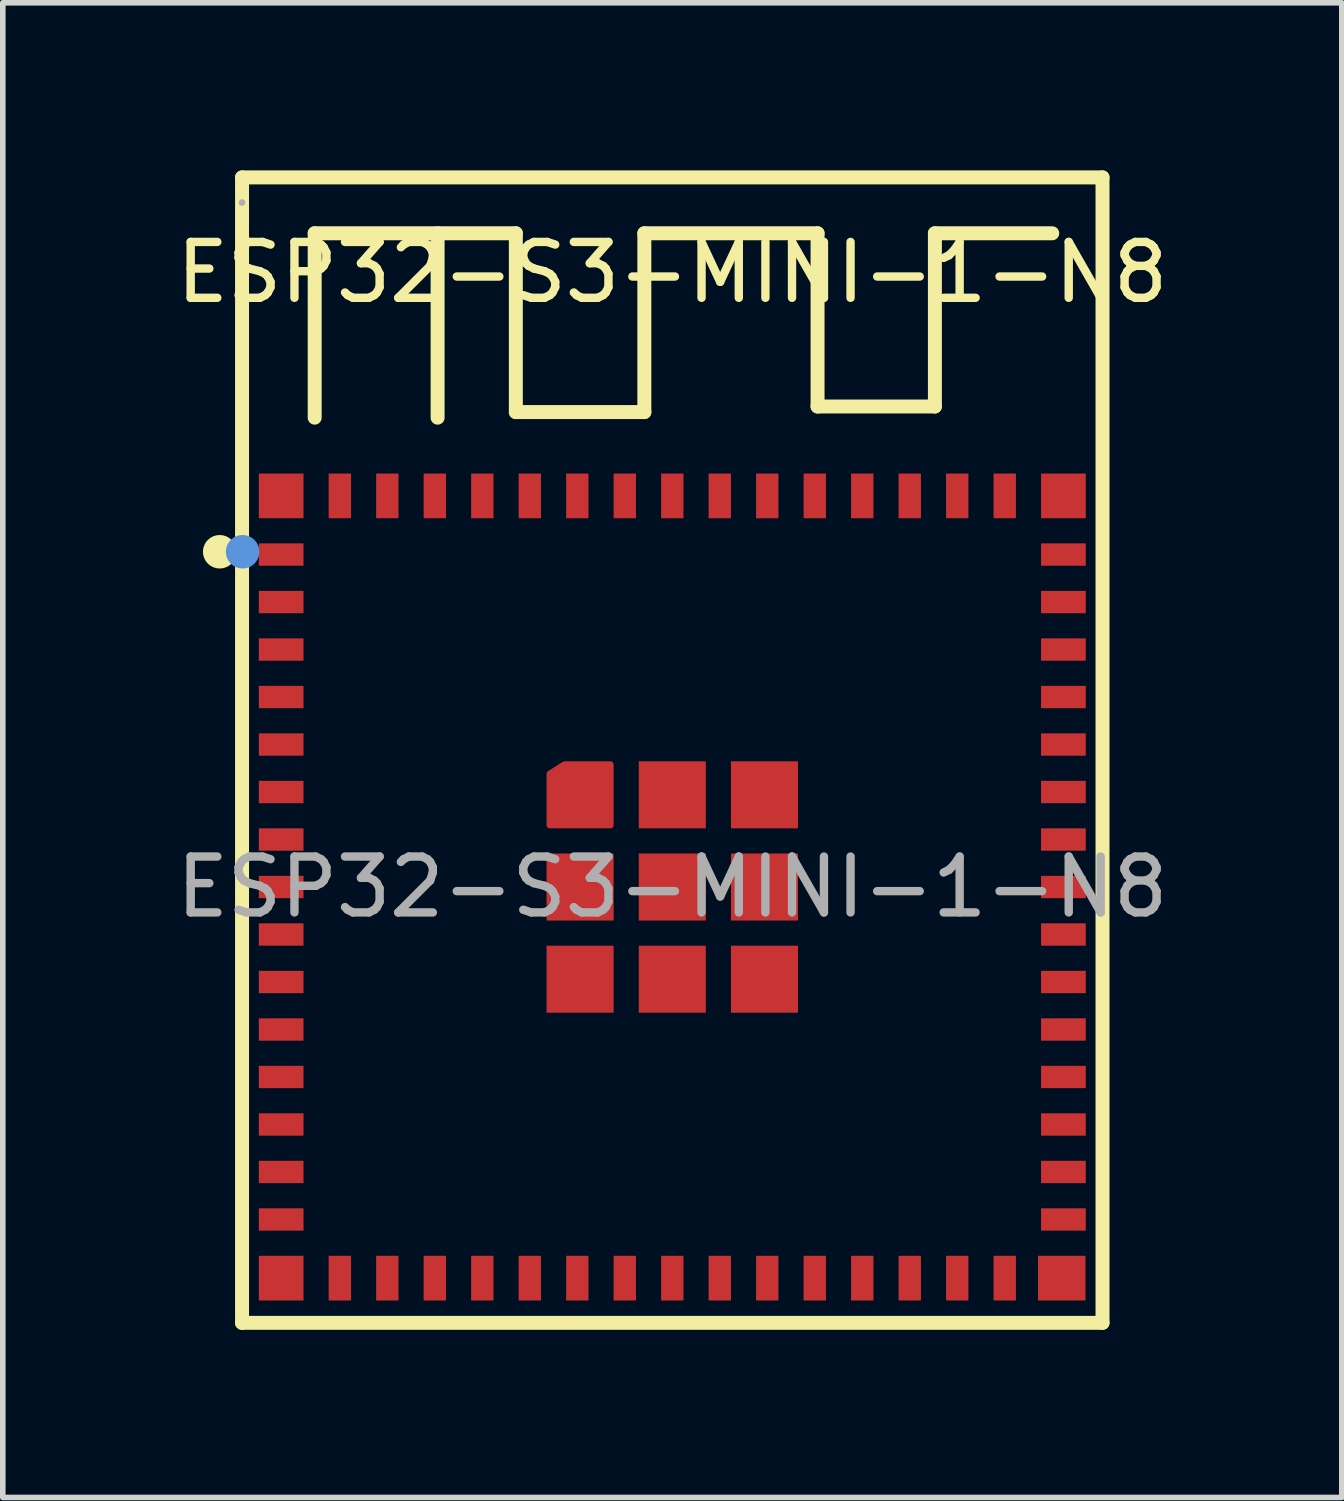
<source format=kicad_pcb>
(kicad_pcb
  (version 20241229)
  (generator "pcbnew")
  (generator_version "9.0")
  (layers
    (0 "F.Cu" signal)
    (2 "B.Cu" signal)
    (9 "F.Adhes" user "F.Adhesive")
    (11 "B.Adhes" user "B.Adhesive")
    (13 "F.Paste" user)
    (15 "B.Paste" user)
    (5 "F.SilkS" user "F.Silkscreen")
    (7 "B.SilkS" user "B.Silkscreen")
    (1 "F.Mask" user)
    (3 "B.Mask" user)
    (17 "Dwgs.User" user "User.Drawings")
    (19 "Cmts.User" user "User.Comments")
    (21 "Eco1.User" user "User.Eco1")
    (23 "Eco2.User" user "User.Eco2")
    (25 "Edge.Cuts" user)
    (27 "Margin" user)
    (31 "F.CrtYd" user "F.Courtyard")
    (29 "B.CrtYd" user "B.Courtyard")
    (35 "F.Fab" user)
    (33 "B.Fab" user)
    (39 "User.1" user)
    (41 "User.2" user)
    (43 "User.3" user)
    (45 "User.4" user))
  (footprint "ESP32-S3-MINI-1-N8"
    (layer "F.Cu")
    (at 8.982 12.825)
    (property "Reference" "ESP32-S3-MINI-1-N8" (at 0 -11 0) (layer "F.SilkS") (effects (font (size 1 1) (thickness 0.15))))
    (attr smd)
    (fp_line (start -7.7 -12.7) (end -7.7 7.8) (stroke (width 0.25) (type solid)) (layer "F.SilkS"))
    (fp_line (start -7.7 7.8) (end 7.7 7.8) (stroke (width 0.25) (type solid)) (layer "F.SilkS"))
    (fp_line (start -6.4 -11.7) (end -2.8 -11.7) (stroke (width 0.25) (type solid)) (layer "F.SilkS"))
    (fp_line (start -6.4 -8.4) (end -6.4 -11.7) (stroke (width 0.25) (type solid)) (layer "F.SilkS"))
    (fp_line (start -4.2 -11.7) (end -4.2 -8.4) (stroke (width 0.25) (type solid)) (layer "F.SilkS"))
    (fp_line (start -2.8 -11.7) (end -2.8 -8.5) (stroke (width 0.25) (type solid)) (layer "F.SilkS"))
    (fp_line (start -2.8 -8.5) (end -0.5 -8.5) (stroke (width 0.25) (type solid)) (layer "F.SilkS"))
    (fp_line (start -0.5 -11.7) (end 2.6 -11.7) (stroke (width 0.25) (type solid)) (layer "F.SilkS"))
    (fp_line (start -0.5 -8.5) (end -0.5 -11.7) (stroke (width 0.25) (type solid)) (layer "F.SilkS"))
    (fp_line (start 2.6 -11.7) (end 2.6 -8.6) (stroke (width 0.25) (type solid)) (layer "F.SilkS"))
    (fp_line (start 2.6 -8.6) (end 4.7 -8.6) (stroke (width 0.25) (type solid)) (layer "F.SilkS"))
    (fp_line (start 4.7 -11.7) (end 6.8 -11.7) (stroke (width 0.25) (type solid)) (layer "F.SilkS"))
    (fp_line (start 4.7 -8.6) (end 4.7 -11.7) (stroke (width 0.25) (type solid)) (layer "F.SilkS"))
    (fp_line (start 7.7 -12.7) (end -7.7 -12.7) (stroke (width 0.25) (type solid)) (layer "F.SilkS"))
    (fp_line (start 7.7 7.8) (end 7.7 -12.7) (stroke (width 0.25) (type solid)) (layer "F.SilkS"))
    (fp_circle (center -8.1 -6) (end -7.95 -6) (stroke (width 0.3) (type solid)) (fill no) (layer "F.SilkS"))
    (fp_circle (center -7.69 -6) (end -7.54 -6) (stroke (width 0.3) (type solid)) (fill no) (layer "Cmts.User"))
    (fp_circle (center -7.7 -12.25) (end -7.67 -12.25) (stroke (width 0.06) (type solid)) (fill no) (layer "F.Fab"))
    (fp_text user "${REFERENCE}" (at 0 0 0) (layer "F.Fab") (effects (font (size 1 1) (thickness 0.15))))
    (pad "1" smd rect (at -7 -5.95 90) (size 0.4 0.8) (layers "F.Cu" "F.Mask" "F.Paste"))
    (pad "2" smd rect (at -7 -5.1 90) (size 0.4 0.8) (layers "F.Cu" "F.Mask" "F.Paste"))
    (pad "3" smd rect (at -7 -4.25 90) (size 0.4 0.8) (layers "F.Cu" "F.Mask" "F.Paste"))
    (pad "4" smd rect (at -7 -3.4 90) (size 0.4 0.8) (layers "F.Cu" "F.Mask" "F.Paste"))
    (pad "5" smd rect (at -7 -2.55 90) (size 0.4 0.8) (layers "F.Cu" "F.Mask" "F.Paste"))
    (pad "6" smd rect (at -7 -1.7 90) (size 0.4 0.8) (layers "F.Cu" "F.Mask" "F.Paste"))
    (pad "7" smd rect (at -7 -0.85 90) (size 0.4 0.8) (layers "F.Cu" "F.Mask" "F.Paste"))
    (pad "8" smd rect (at -7 0 90) (size 0.4 0.8) (layers "F.Cu" "F.Mask" "F.Paste"))
    (pad "9" smd rect (at -7 0.85 90) (size 0.4 0.8) (layers "F.Cu" "F.Mask" "F.Paste"))
    (pad "10" smd rect (at -7 1.7 90) (size 0.4 0.8) (layers "F.Cu" "F.Mask" "F.Paste"))
    (pad "11" smd rect (at -7 2.55 90) (size 0.4 0.8) (layers "F.Cu" "F.Mask" "F.Paste"))
    (pad "12" smd rect (at -7 3.4 90) (size 0.4 0.8) (layers "F.Cu" "F.Mask" "F.Paste"))
    (pad "13" smd rect (at -7 4.25 90) (size 0.4 0.8) (layers "F.Cu" "F.Mask" "F.Paste"))
    (pad "14" smd rect (at -7 5.1 90) (size 0.4 0.8) (layers "F.Cu" "F.Mask" "F.Paste"))
    (pad "15" smd rect (at -7 5.95 90) (size 0.4 0.8) (layers "F.Cu" "F.Mask" "F.Paste"))
    (pad "16" smd rect (at -5.95 7) (size 0.4 0.8) (layers "F.Cu" "F.Mask" "F.Paste"))
    (pad "17" smd rect (at -5.1 7) (size 0.4 0.8) (layers "F.Cu" "F.Mask" "F.Paste"))
    (pad "18" smd rect (at -4.25 7) (size 0.4 0.8) (layers "F.Cu" "F.Mask" "F.Paste"))
    (pad "19" smd rect (at -3.4 7) (size 0.4 0.8) (layers "F.Cu" "F.Mask" "F.Paste"))
    (pad "20" smd rect (at -2.55 7) (size 0.4 0.8) (layers "F.Cu" "F.Mask" "F.Paste"))
    (pad "21" smd rect (at -1.7 7) (size 0.4 0.8) (layers "F.Cu" "F.Mask" "F.Paste"))
    (pad "22" smd rect (at -0.85 7) (size 0.4 0.8) (layers "F.Cu" "F.Mask" "F.Paste"))
    (pad "23" smd rect (at 0 7) (size 0.4 0.8) (layers "F.Cu" "F.Mask" "F.Paste"))
    (pad "24" smd rect (at 0.85 7) (size 0.4 0.8) (layers "F.Cu" "F.Mask" "F.Paste"))
    (pad "25" smd rect (at 1.7 7) (size 0.4 0.8) (layers "F.Cu" "F.Mask" "F.Paste"))
    (pad "26" smd rect (at 2.55 7) (size 0.4 0.8) (layers "F.Cu" "F.Mask" "F.Paste"))
    (pad "27" smd rect (at 3.4 7) (size 0.4 0.8) (layers "F.Cu" "F.Mask" "F.Paste"))
    (pad "28" smd rect (at 4.25 7) (size 0.4 0.8) (layers "F.Cu" "F.Mask" "F.Paste"))
    (pad "29" smd rect (at 5.1 7) (size 0.4 0.8) (layers "F.Cu" "F.Mask" "F.Paste"))
    (pad "30" smd rect (at 5.95 7) (size 0.4 0.8) (layers "F.Cu" "F.Mask" "F.Paste"))
    (pad "31" smd rect (at 7 5.95 270) (size 0.4 0.8) (layers "F.Cu" "F.Mask" "F.Paste"))
    (pad "32" smd rect (at 7 5.1 270) (size 0.4 0.8) (layers "F.Cu" "F.Mask" "F.Paste"))
    (pad "33" smd rect (at 7 4.25 270) (size 0.4 0.8) (layers "F.Cu" "F.Mask" "F.Paste"))
    (pad "34" smd rect (at 7 3.4 270) (size 0.4 0.8) (layers "F.Cu" "F.Mask" "F.Paste"))
    (pad "35" smd rect (at 7 2.55 270) (size 0.4 0.8) (layers "F.Cu" "F.Mask" "F.Paste"))
    (pad "36" smd rect (at 7 1.7 270) (size 0.4 0.8) (layers "F.Cu" "F.Mask" "F.Paste"))
    (pad "37" smd rect (at 7 0.85 270) (size 0.4 0.8) (layers "F.Cu" "F.Mask" "F.Paste"))
    (pad "38" smd rect (at 7 0 270) (size 0.4 0.8) (layers "F.Cu" "F.Mask" "F.Paste"))
    (pad "39" smd rect (at 7 -0.85 270) (size 0.4 0.8) (layers "F.Cu" "F.Mask" "F.Paste"))
    (pad "40" smd rect (at 7 -1.7 270) (size 0.4 0.8) (layers "F.Cu" "F.Mask" "F.Paste"))
    (pad "41" smd rect (at 7 -2.55 270) (size 0.4 0.8) (layers "F.Cu" "F.Mask" "F.Paste"))
    (pad "42" smd rect (at 7 -3.4 270) (size 0.4 0.8) (layers "F.Cu" "F.Mask" "F.Paste"))
    (pad "43" smd rect (at 7 -4.25 270) (size 0.4 0.8) (layers "F.Cu" "F.Mask" "F.Paste"))
    (pad "44" smd rect (at 7 -5.1 270) (size 0.4 0.8) (layers "F.Cu" "F.Mask" "F.Paste"))
    (pad "45" smd rect (at 7 -5.95 270) (size 0.4 0.8) (layers "F.Cu" "F.Mask" "F.Paste"))
    (pad "46" smd rect (at 5.95 -7 180) (size 0.4 0.8) (layers "F.Cu" "F.Mask" "F.Paste"))
    (pad "47" smd rect (at 5.1 -7 180) (size 0.4 0.8) (layers "F.Cu" "F.Mask" "F.Paste"))
    (pad "48" smd rect (at 4.25 -7 180) (size 0.4 0.8) (layers "F.Cu" "F.Mask" "F.Paste"))
    (pad "49" smd rect (at 3.4 -7 180) (size 0.4 0.8) (layers "F.Cu" "F.Mask" "F.Paste"))
    (pad "50" smd rect (at 2.55 -7 180) (size 0.4 0.8) (layers "F.Cu" "F.Mask" "F.Paste"))
    (pad "51" smd rect (at 1.7 -7 180) (size 0.4 0.8) (layers "F.Cu" "F.Mask" "F.Paste"))
    (pad "52" smd rect (at 0.85 -7 180) (size 0.4 0.8) (layers "F.Cu" "F.Mask" "F.Paste"))
    (pad "53" smd rect (at 0 -7 180) (size 0.4 0.8) (layers "F.Cu" "F.Mask" "F.Paste"))
    (pad "54" smd rect (at -0.85 -7 180) (size 0.4 0.8) (layers "F.Cu" "F.Mask" "F.Paste"))
    (pad "55" smd rect (at -1.7 -7 180) (size 0.4 0.8) (layers "F.Cu" "F.Mask" "F.Paste"))
    (pad "56" smd rect (at -2.55 -7 180) (size 0.4 0.8) (layers "F.Cu" "F.Mask" "F.Paste"))
    (pad "57" smd rect (at -3.4 -7 180) (size 0.4 0.8) (layers "F.Cu" "F.Mask" "F.Paste"))
    (pad "58" smd rect (at -4.25 -7 180) (size 0.4 0.8) (layers "F.Cu" "F.Mask" "F.Paste"))
    (pad "59" smd rect (at -5.1 -7 180) (size 0.4 0.8) (layers "F.Cu" "F.Mask" "F.Paste"))
    (pad "60" smd rect (at -5.95 -7 180) (size 0.4 0.8) (layers "F.Cu" "F.Mask" "F.Paste"))
    (pad "61" smd custom (at -1.7 -1.7) (size 1 1) (layers "F.Cu" "F.Mask" "F.Paste") (options (anchor circle)) (primitives (gr_poly (pts (xy 0.6 0.6) (xy -0.5 0.6) (xy -0.5 -0.31) (xy -0.5 -0.33) (xy -0.23 -0.5) (xy 0.6 -0.5)) (width 0.1) (fill yes))))
    (pad "61" smd rect (at -1.65 0 90) (size 1.2 1.2) (layers "F.Cu" "F.Mask" "F.Paste"))
    (pad "61" smd rect (at -1.65 1.65 90) (size 1.2 1.2) (layers "F.Cu" "F.Mask" "F.Paste"))
    (pad "61" smd rect (at 0 -1.65 90) (size 1.2 1.2) (layers "F.Cu" "F.Mask" "F.Paste"))
    (pad "61" smd rect (at 0 0 90) (size 1.2 1.2) (layers "F.Cu" "F.Mask" "F.Paste"))
    (pad "61" smd rect (at 0 1.65 90) (size 1.2 1.2) (layers "F.Cu" "F.Mask" "F.Paste"))
    (pad "61" smd rect (at 1.65 -1.65 90) (size 1.2 1.2) (layers "F.Cu" "F.Mask" "F.Paste"))
    (pad "61" smd rect (at 1.65 0 90) (size 1.2 1.2) (layers "F.Cu" "F.Mask" "F.Paste"))
    (pad "61" smd rect (at 1.65 1.65 90) (size 1.2 1.2) (layers "F.Cu" "F.Mask" "F.Paste"))
    (pad "62" smd rect (at -7 -7 90) (size 0.8 0.8) (layers "F.Cu" "F.Mask" "F.Paste"))
    (pad "63" smd rect (at -7 7 90) (size 0.8 0.8) (layers "F.Cu" "F.Mask" "F.Paste"))
    (pad "64" smd rect (at 6.97 7 90) (size 0.8 0.85) (layers "F.Cu" "F.Mask" "F.Paste"))
    (pad "65" smd rect (at 7 -7 90) (size 0.8 0.8) (layers "F.Cu" "F.Mask" "F.Paste")))
  (gr_rect
    (start -3 -3)
    (end 20.964 23.75)
    (stroke (width 0.1) (type default))
    (fill no)
    (layer "Edge.Cuts")))
</source>
